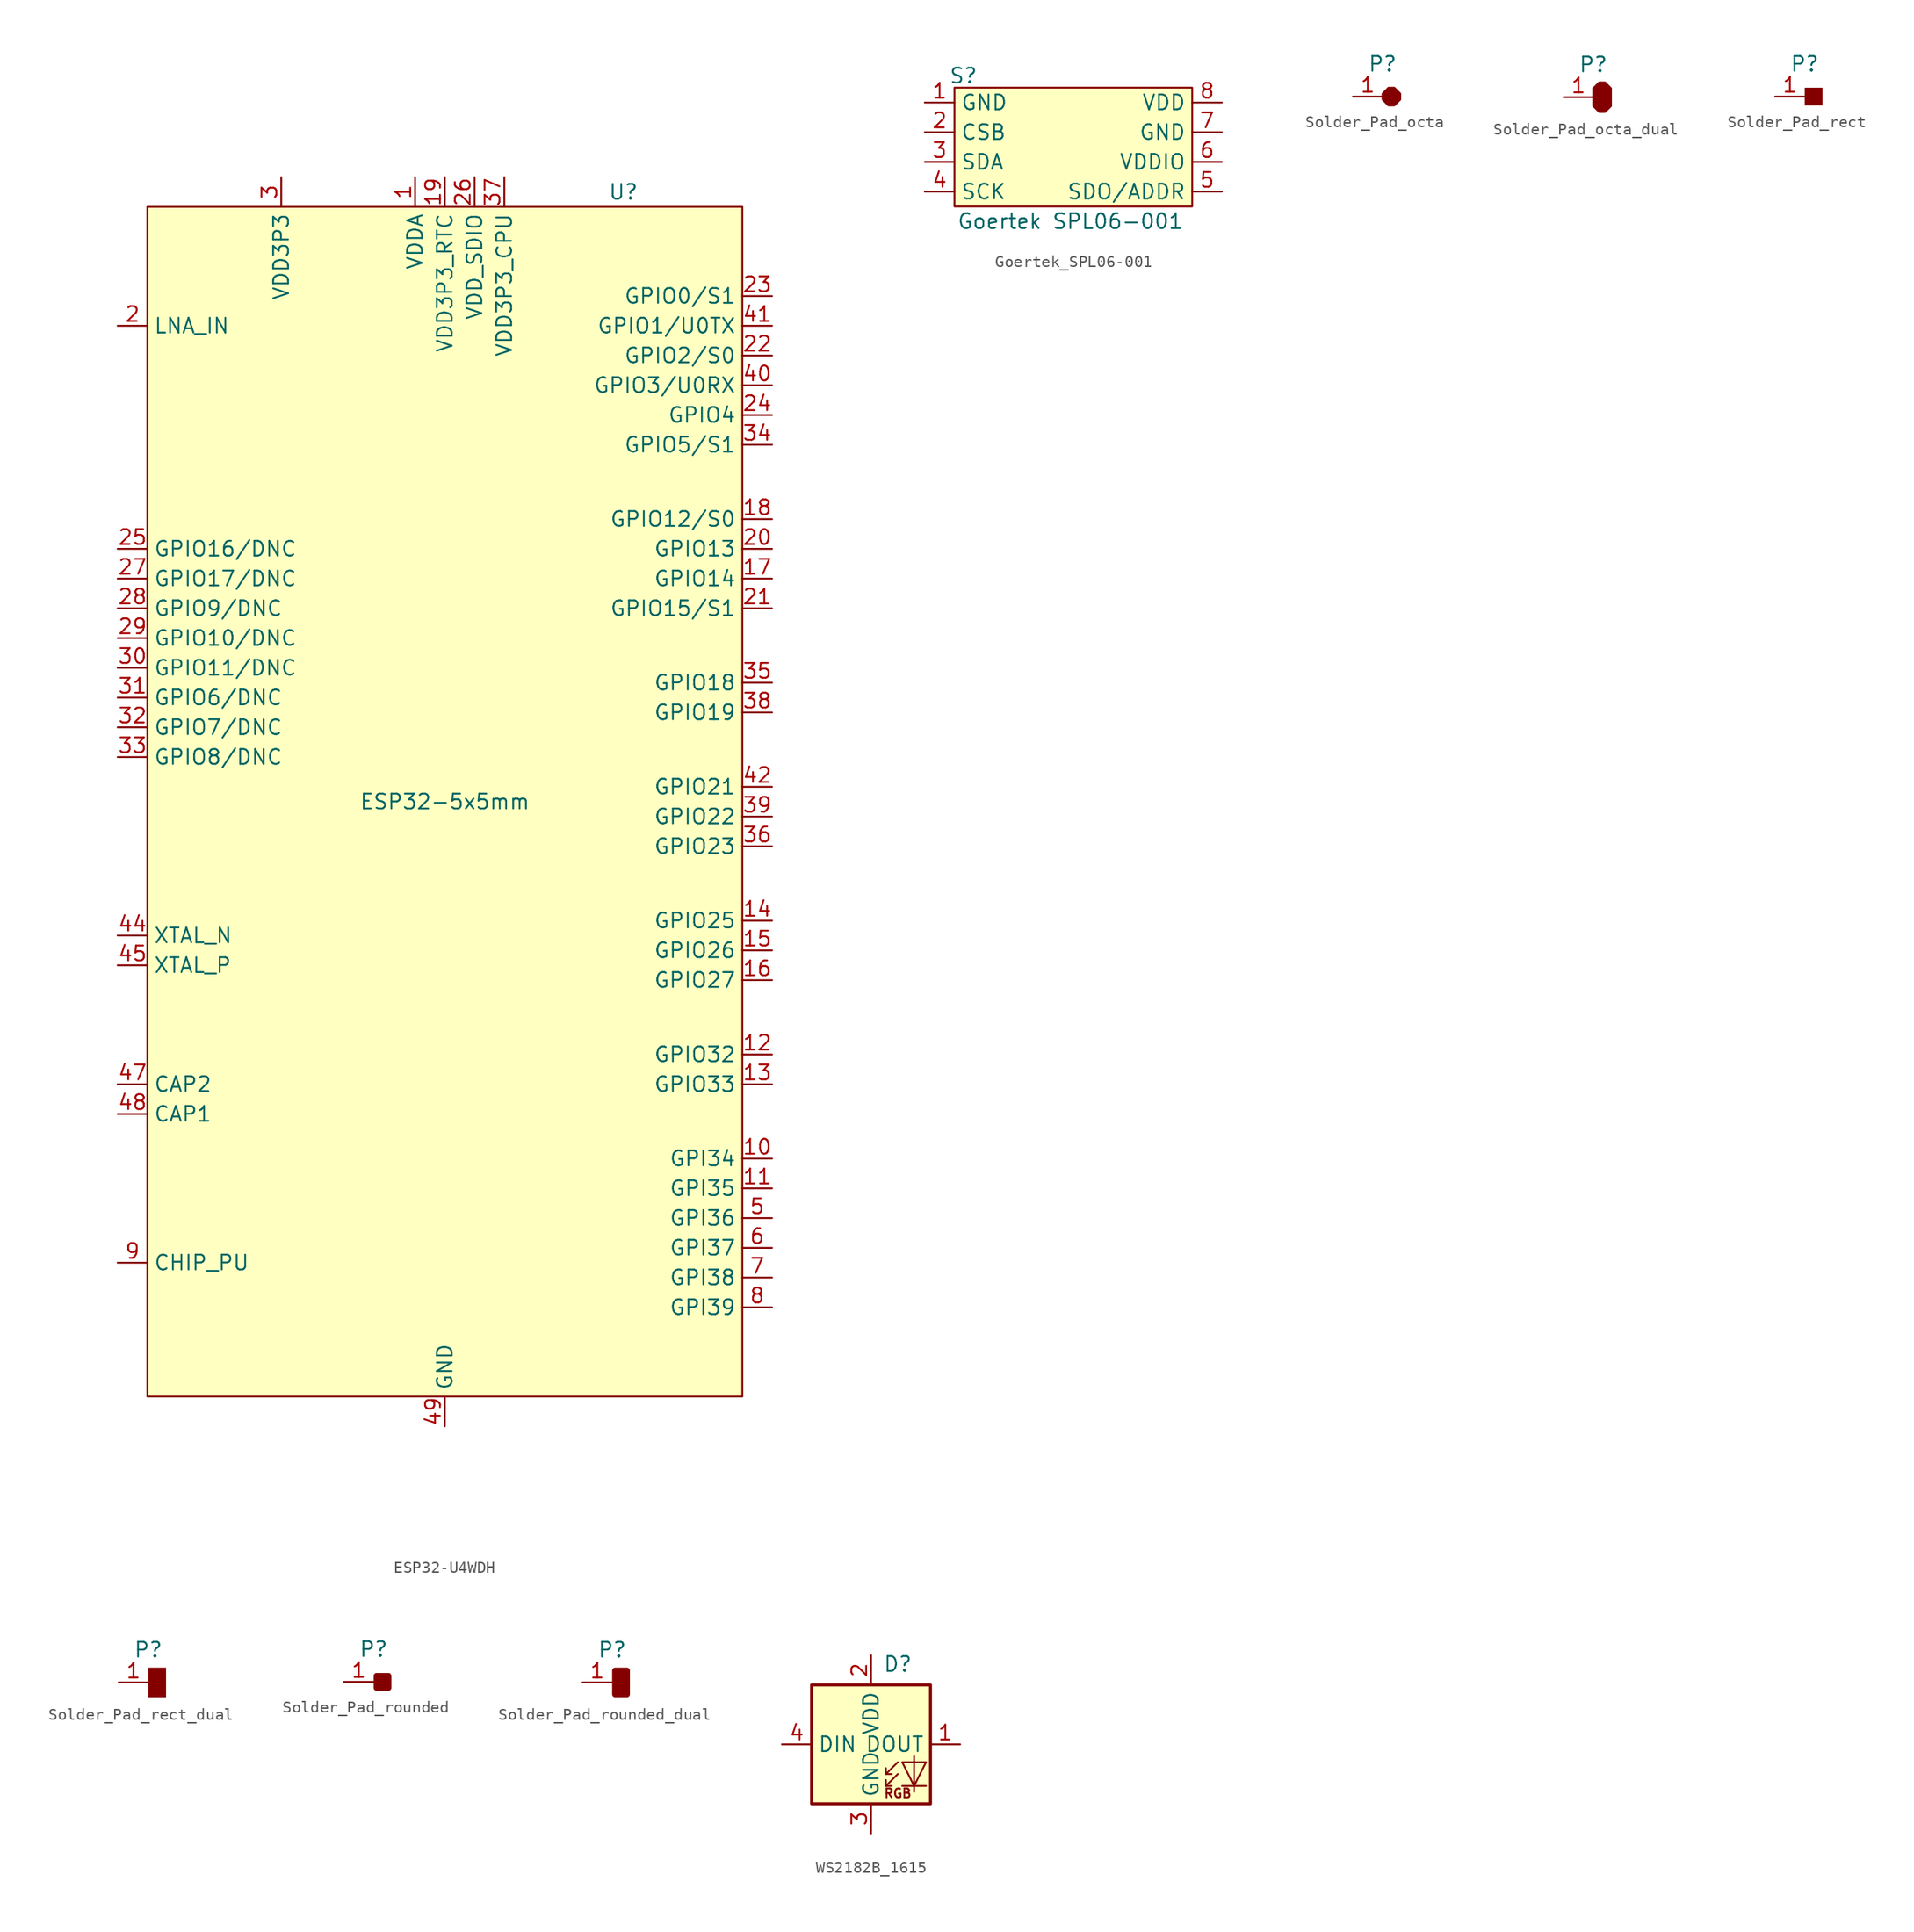
<source format=kicad_sym>
(kicad_symbol_lib
  (version 20231120)
  (generator "kicad_symbol_editor")
  (generator_version "8.0")
  (symbol "ESP32-U4WDH"
    (property "Reference" "U"
      (at 15.24 52.07 0)
      (effects (font (size 1.27 1.27))))
    (property "Value" "ESP32-5x5mm"
      (at 0 0 0)
      (effects (font (size 1.27 1.27))))
    (symbol "ESP32-U4WDH_1_1"
      (rectangle (start -25.4 50.8) (end 25.4 -50.8) (stroke (width 0) (type default)) (fill (type background)))
      (pin power_in line (at -2.54 53.34 270) (length 2.54) (name "VDDA" (effects (font (size 1.27 1.27)))) (number "1" (effects (font (size 1.27 1.27)))))
      (pin input line (at 27.94 -30.48 180) (length 2.54) (name "GPI34" (effects (font (size 1.27 1.27)))) (number "10" (effects (font (size 1.27 1.27)))))
      (pin input line (at 27.94 -33.02 180) (length 2.54) (name "GPI35" (effects (font (size 1.27 1.27)))) (number "11" (effects (font (size 1.27 1.27)))))
      (pin bidirectional line (at 27.94 -21.59 180) (length 2.54) (name "GPIO32" (effects (font (size 1.27 1.27)))) (number "12" (effects (font (size 1.27 1.27)))))
      (pin bidirectional line (at 27.94 -24.13 180) (length 2.54) (name "GPIO33" (effects (font (size 1.27 1.27)))) (number "13" (effects (font (size 1.27 1.27)))))
      (pin bidirectional line (at 27.94 -10.16 180) (length 2.54) (name "GPIO25" (effects (font (size 1.27 1.27)))) (number "14" (effects (font (size 1.27 1.27)))))
      (pin bidirectional line (at 27.94 -12.7 180) (length 2.54) (name "GPIO26" (effects (font (size 1.27 1.27)))) (number "15" (effects (font (size 1.27 1.27)))))
      (pin bidirectional line (at 27.94 -15.24 180) (length 2.54) (name "GPIO27" (effects (font (size 1.27 1.27)))) (number "16" (effects (font (size 1.27 1.27)))))
      (pin bidirectional line (at 27.94 19.05 180) (length 2.54) (name "GPIO14" (effects (font (size 1.27 1.27)))) (number "17" (effects (font (size 1.27 1.27)))))
      (pin bidirectional line (at 27.94 24.13 180) (length 2.54) (name "GPIO12/S0" (effects (font (size 1.27 1.27)))) (number "18" (effects (font (size 1.27 1.27)))))
      (pin power_in line (at 0 53.34 270) (length 2.54) (name "VDD3P3_RTC" (effects (font (size 1.27 1.27)))) (number "19" (effects (font (size 1.27 1.27)))))
      (pin bidirectional line (at -27.94 40.64 0) (length 2.54) (name "LNA_IN" (effects (font (size 1.27 1.27)))) (number "2" (effects (font (size 1.27 1.27)))))
      (pin bidirectional line (at 27.94 21.59 180) (length 2.54) (name "GPIO13" (effects (font (size 1.27 1.27)))) (number "20" (effects (font (size 1.27 1.27)))))
      (pin bidirectional line (at 27.94 16.51 180) (length 2.54) (name "GPIO15/S1" (effects (font (size 1.27 1.27)))) (number "21" (effects (font (size 1.27 1.27)))))
      (pin bidirectional line (at 27.94 38.1 180) (length 2.54) (name "GPIO2/S0" (effects (font (size 1.27 1.27)))) (number "22" (effects (font (size 1.27 1.27)))))
      (pin bidirectional line (at 27.94 43.18 180) (length 2.54) (name "GPIO0/S1" (effects (font (size 1.27 1.27)))) (number "23" (effects (font (size 1.27 1.27)))))
      (pin bidirectional line (at 27.94 33.02 180) (length 2.54) (name "GPIO4" (effects (font (size 1.27 1.27)))) (number "24" (effects (font (size 1.27 1.27)))))
      (pin bidirectional line (at -27.94 21.59 0) (length 2.54) (name "GPIO16/DNC" (effects (font (size 1.27 1.27)))) (number "25" (effects (font (size 1.27 1.27)))))
      (pin power_in line (at 2.54 53.34 270) (length 2.54) (name "VDD_SDIO" (effects (font (size 1.27 1.27)))) (number "26" (effects (font (size 1.27 1.27)))))
      (pin bidirectional line (at -27.94 19.05 0) (length 2.54) (name "GPIO17/DNC" (effects (font (size 1.27 1.27)))) (number "27" (effects (font (size 1.27 1.27)))))
      (pin bidirectional line (at -27.94 16.51 0) (length 2.54) (name "GPIO9/DNC" (effects (font (size 1.27 1.27)))) (number "28" (effects (font (size 1.27 1.27)))))
      (pin bidirectional line (at -27.94 13.97 0) (length 2.54) (name "GPIO10/DNC" (effects (font (size 1.27 1.27)))) (number "29" (effects (font (size 1.27 1.27)))))
      (pin power_in line (at -13.97 53.34 270) (length 2.54) (name "VDD3P3" (effects (font (size 1.27 1.27)))) (number "3" (effects (font (size 1.27 1.27)))))
      (pin bidirectional line (at -27.94 11.43 0) (length 2.54) (name "GPIO11/DNC" (effects (font (size 1.27 1.27)))) (number "30" (effects (font (size 1.27 1.27)))))
      (pin bidirectional line (at -27.94 8.89 0) (length 2.54) (name "GPIO6/DNC" (effects (font (size 1.27 1.27)))) (number "31" (effects (font (size 1.27 1.27)))))
      (pin bidirectional line (at -27.94 6.35 0) (length 2.54) (name "GPIO7/DNC" (effects (font (size 1.27 1.27)))) (number "32" (effects (font (size 1.27 1.27)))))
      (pin bidirectional line (at -27.94 3.81 0) (length 2.54) (name "GPIO8/DNC" (effects (font (size 1.27 1.27)))) (number "33" (effects (font (size 1.27 1.27)))))
      (pin bidirectional line (at 27.94 30.48 180) (length 2.54) (name "GPIO5/S1" (effects (font (size 1.27 1.27)))) (number "34" (effects (font (size 1.27 1.27)))))
      (pin bidirectional line (at 27.94 10.16 180) (length 2.54) (name "GPIO18" (effects (font (size 1.27 1.27)))) (number "35" (effects (font (size 1.27 1.27)))))
      (pin bidirectional line (at 27.94 -3.81 180) (length 2.54) (name "GPIO23" (effects (font (size 1.27 1.27)))) (number "36" (effects (font (size 1.27 1.27)))))
      (pin power_in line (at 5.08 53.34 270) (length 2.54) (name "VDD3P3_CPU" (effects (font (size 1.27 1.27)))) (number "37" (effects (font (size 1.27 1.27)))))
      (pin bidirectional line (at 27.94 7.62 180) (length 2.54) (name "GPIO19" (effects (font (size 1.27 1.27)))) (number "38" (effects (font (size 1.27 1.27)))))
      (pin bidirectional line (at 27.94 -1.27 180) (length 2.54) (name "GPIO22" (effects (font (size 1.27 1.27)))) (number "39" (effects (font (size 1.27 1.27)))))
      (pin power_in line (at -13.97 53.34 270) (length 2.54) hide (name "VDD3P3" (effects (font (size 1.27 1.27)))) (number "4" (effects (font (size 1.27 1.27)))))
      (pin bidirectional line (at 27.94 35.56 180) (length 2.54) (name "GPIO3/U0RX" (effects (font (size 1.27 1.27)))) (number "40" (effects (font (size 1.27 1.27)))))
      (pin bidirectional line (at 27.94 40.64 180) (length 2.54) (name "GPIO1/U0TX" (effects (font (size 1.27 1.27)))) (number "41" (effects (font (size 1.27 1.27)))))
      (pin bidirectional line (at 27.94 1.27 180) (length 2.54) (name "GPIO21" (effects (font (size 1.27 1.27)))) (number "42" (effects (font (size 1.27 1.27)))))
      (pin power_in line (at -2.54 53.34 270) (length 2.54) hide (name "VDDA" (effects (font (size 1.27 1.27)))) (number "43" (effects (font (size 1.27 1.27)))))
      (pin bidirectional line (at -27.94 -11.43 0) (length 2.54) (name "XTAL_N" (effects (font (size 1.27 1.27)))) (number "44" (effects (font (size 1.27 1.27)))))
      (pin bidirectional line (at -27.94 -13.97 0) (length 2.54) (name "XTAL_P" (effects (font (size 1.27 1.27)))) (number "45" (effects (font (size 1.27 1.27)))))
      (pin power_in line (at -2.54 53.34 270) (length 2.54) hide (name "VDDA" (effects (font (size 1.27 1.27)))) (number "46" (effects (font (size 1.27 1.27)))))
      (pin bidirectional line (at -27.94 -24.13 0) (length 2.54) (name "CAP2" (effects (font (size 1.27 1.27)))) (number "47" (effects (font (size 1.27 1.27)))))
      (pin bidirectional line (at -27.94 -26.67 0) (length 2.54) (name "CAP1" (effects (font (size 1.27 1.27)))) (number "48" (effects (font (size 1.27 1.27)))))
      (pin power_in line (at 0 -53.34 90) (length 2.54) (name "GND" (effects (font (size 1.27 1.27)))) (number "49" (effects (font (size 1.27 1.27)))))
      (pin input line (at 27.94 -35.56 180) (length 2.54) (name "GPI36" (effects (font (size 1.27 1.27)))) (number "5" (effects (font (size 1.27 1.27)))))
      (pin input line (at 27.94 -38.1 180) (length 2.54) (name "GPI37" (effects (font (size 1.27 1.27)))) (number "6" (effects (font (size 1.27 1.27)))))
      (pin input line (at 27.94 -40.64 180) (length 2.54) (name "GPI38" (effects (font (size 1.27 1.27)))) (number "7" (effects (font (size 1.27 1.27)))))
      (pin input line (at 27.94 -43.18 180) (length 2.54) (name "GPI39" (effects (font (size 1.27 1.27)))) (number "8" (effects (font (size 1.27 1.27)))))
      (pin input line (at -27.94 -39.37 0) (length 2.54) (name "CHIP_PU" (effects (font (size 1.27 1.27)))) (number "9" (effects (font (size 1.27 1.27)))))))
  (symbol "Goertek_SPL06-001"
    (property "Reference" "S"
      (at -9.398 6.096 0)
      (effects (font (size 1.27 1.27))))
    (property "Value" "Goertek SPL06-001"
      (at -0.254 -6.35 0)
      (effects (font (size 1.27 1.27))))
    (symbol "Goertek_SPL06-001_1_1"
      (rectangle (start -10.16 5.08) (end 10.16 -5.08) (stroke (width 0) (type default)) (fill (type background)))
      (pin power_in line (at -12.7 3.81 0) (length 2.54) (name "GND" (effects (font (size 1.27 1.27)))) (number "1" (effects (font (size 1.27 1.27)))))
      (pin input line (at -12.7 1.27 0) (length 2.54) (name "CSB" (effects (font (size 1.27 1.27)))) (number "2" (effects (font (size 1.27 1.27)))))
      (pin bidirectional line (at -12.7 -1.27 0) (length 2.54) (name "SDA" (effects (font (size 1.27 1.27)))) (number "3" (effects (font (size 1.27 1.27)))))
      (pin input line (at -12.7 -3.81 0) (length 2.54) (name "SCK" (effects (font (size 1.27 1.27)))) (number "4" (effects (font (size 1.27 1.27)))))
      (pin bidirectional line (at 12.7 -3.81 180) (length 2.54) (name "SDO/ADDR" (effects (font (size 1.27 1.27)))) (number "5" (effects (font (size 1.27 1.27)))))
      (pin power_in line (at 12.7 -1.27 180) (length 2.54) (name "VDDIO" (effects (font (size 1.27 1.27)))) (number "6" (effects (font (size 1.27 1.27)))))
      (pin power_in line (at 12.7 1.27 180) (length 2.54) (name "GND" (effects (font (size 1.27 1.27)))) (number "7" (effects (font (size 1.27 1.27)))))
      (pin power_in line (at 12.7 3.81 180) (length 2.54) (name "VDD" (effects (font (size 1.27 1.27)))) (number "8" (effects (font (size 1.27 1.27)))))))
  (symbol "Solder_Pad_octa"
    (property "Reference" "P"
      (at 0 2.794 0)
      (effects (font (size 1.27 1.27))))
    (property "Value" ""
      (at 0 0 0)
      (effects (font (size 1.27 1.27))))
    (symbol "Solder_Pad_octa_1_1"
      (polyline (pts (xy 0 0.254) (xy 0.508 0.762) (xy 1.016 0.762) (xy 1.524 0.254) (xy 1.524 -0.254) (xy 1.016 -0.762) (xy 0.508 -0.762) (xy 0 -0.254) (xy 0 0.254)) (stroke (width 0) (type default)) (fill (type outline)))
      (pin unspecified line (at -2.54 0 0) (length 2.54) (name "" (effects (font (size 1.27 1.27)))) (number "1" (effects (font (size 1.27 1.27)))))))
  (symbol "Solder_Pad_octa_dual"
    (property "Reference" "P"
      (at 0 2.794 0)
      (effects (font (size 1.27 1.27))))
    (property "Value" ""
      (at 0 0 0)
      (effects (font (size 1.27 1.27))))
    (symbol "Solder_Pad_octa_dual_1_1"
      (polyline (pts (xy 0 0.762) (xy 0.508 1.27) (xy 1.016 1.27) (xy 1.524 0.762) (xy 1.524 -0.762) (xy 1.016 -1.27) (xy 0.508 -1.27) (xy 0 -0.762) (xy 0 0.762)) (stroke (width 0) (type default)) (fill (type outline)))
      (pin unspecified line (at -2.54 0 0) (length 2.54) (name "" (effects (font (size 1.27 1.27)))) (number "1" (effects (font (size 1.27 1.27)))))
      (pin unspecified line (at -2.54 0 0) (length 2.54) hide (name "" (effects (font (size 1.27 1.27)))) (number "2" (effects (font (size 1.27 1.27)))))))
  (symbol "Solder_Pad_rect"
    (property "Reference" "P"
      (at 0 2.794 0)
      (effects (font (size 1.27 1.27))))
    (property "Value" ""
      (at 0 0 0)
      (effects (font (size 1.27 1.27))))
    (symbol "Solder_Pad_rect_1_1"
      (rectangle (start 0 0.762) (end 1.524 -0.762) (stroke (width -0.0001) (type default)) (fill (type outline)))
      (pin unspecified line (at -2.54 0 0) (length 2.54) (name "" (effects (font (size 1.27 1.27)))) (number "1" (effects (font (size 1.27 1.27)))))))
  (symbol "Solder_Pad_rect_dual"
    (property "Reference" "P"
      (at 0 2.794 0)
      (effects (font (size 1.27 1.27))))
    (property "Value" ""
      (at 0 0 0)
      (effects (font (size 1.27 1.27))))
    (symbol "Solder_Pad_rect_dual_1_1"
      (rectangle (start 0 1.27) (end 1.524 -1.27) (stroke (width -0.0001) (type default)) (fill (type outline)))
      (pin unspecified line (at -2.54 0 0) (length 2.54) (name "" (effects (font (size 1.27 1.27)))) (number "1" (effects (font (size 1.27 1.27)))))
      (pin unspecified line (at -2.54 0 0) (length 2.54) hide (name "" (effects (font (size 1.27 1.27)))) (number "2" (effects (font (size 1.27 1.27)))))))
  (symbol "Solder_Pad_rounded"
    (property "Reference" "P"
      (at 0 2.794 0)
      (effects (font (size 1.27 1.27))))
    (property "Value" ""
      (at 0 0 0)
      (effects (font (size 1.27 1.27))))
    (symbol "Solder_Pad_rounded_1_1"
      (rectangle (start 0.254 0.508) (end 1.27 -0.508) (stroke (width 0.508) (type default)) (fill (type outline)))
      (pin unspecified line (at -2.54 0 0) (length 2.54) (name "" (effects (font (size 1.27 1.27)))) (number "1" (effects (font (size 1.27 1.27)))))))
  (symbol "Solder_Pad_rounded_dual"
    (property "Reference" "P"
      (at 0 2.794 0)
      (effects (font (size 1.27 1.27))))
    (property "Value" ""
      (at 0 0 0)
      (effects (font (size 1.27 1.27))))
    (symbol "Solder_Pad_rounded_dual_1_1"
      (rectangle (start 0.254 1.016) (end 1.27 -1.016) (stroke (width 0.508) (type default)) (fill (type outline)))
      (pin unspecified line (at -2.54 0 0) (length 2.54) (name "" (effects (font (size 1.27 1.27)))) (number "1" (effects (font (size 1.27 1.27)))))
      (pin unspecified line (at -2.54 0 0) (length 2.54) hide (name "" (effects (font (size 1.27 1.27)))) (number "2" (effects (font (size 1.27 1.27)))))))
  (symbol "WS2182B_1615"
    (property "Reference" "D"
      (at 2.286 6.858 0)
      (effects (font (size 1.27 1.27))))
    (property "Value" ""
      (at 0 0 0)
      (effects (font (size 1.27 1.27))))
    (symbol "WS2182B_1615_0_0"
      (text "RGB" (at 2.286 -4.191 0) (effects (font (size 0.762 0.762)))))
    (symbol "WS2182B_1615_0_1"
      (polyline (pts (xy 1.27 -3.556) (xy 1.778 -3.556)) (stroke (width 0) (type default)) (fill (type none)))
      (polyline (pts (xy 1.27 -2.54) (xy 1.778 -2.54)) (stroke (width 0) (type default)) (fill (type none)))
      (polyline (pts (xy 4.699 -3.556) (xy 2.667 -3.556)) (stroke (width 0) (type default)) (fill (type none)))
      (polyline (pts (xy 2.286 -2.54) (xy 1.27 -3.556) (xy 1.27 -3.048)) (stroke (width 0) (type default)) (fill (type none)))
      (polyline (pts (xy 2.286 -1.524) (xy 1.27 -2.54) (xy 1.27 -2.032)) (stroke (width 0) (type default)) (fill (type none)))
      (polyline (pts (xy 3.683 -1.016) (xy 3.683 -3.556) (xy 3.683 -4.064)) (stroke (width 0) (type default)) (fill (type none)))
      (polyline (pts (xy 4.699 -1.524) (xy 2.667 -1.524) (xy 3.683 -3.556) (xy 4.699 -1.524)) (stroke (width 0) (type default)) (fill (type none)))
      (rectangle (start 5.08 5.08) (end -5.08 -5.08) (stroke (width 0.254) (type default)) (fill (type background))))
    (symbol "WS2182B_1615_1_1"
      (pin output line (at 7.62 0 180) (length 2.54) (name "DOUT" (effects (font (size 1.27 1.27)))) (number "1" (effects (font (size 1.27 1.27)))))
      (pin power_in line (at 0 7.62 270) (length 2.54) (name "VDD" (effects (font (size 1.27 1.27)))) (number "2" (effects (font (size 1.27 1.27)))))
      (pin power_in line (at 0 -7.62 90) (length 2.54) (name "GND" (effects (font (size 1.27 1.27)))) (number "3" (effects (font (size 1.27 1.27)))))
      (pin input line (at -7.62 0 0) (length 2.54) (name "DIN" (effects (font (size 1.27 1.27)))) (number "4" (effects (font (size 1.27 1.27))))))))
</source>
